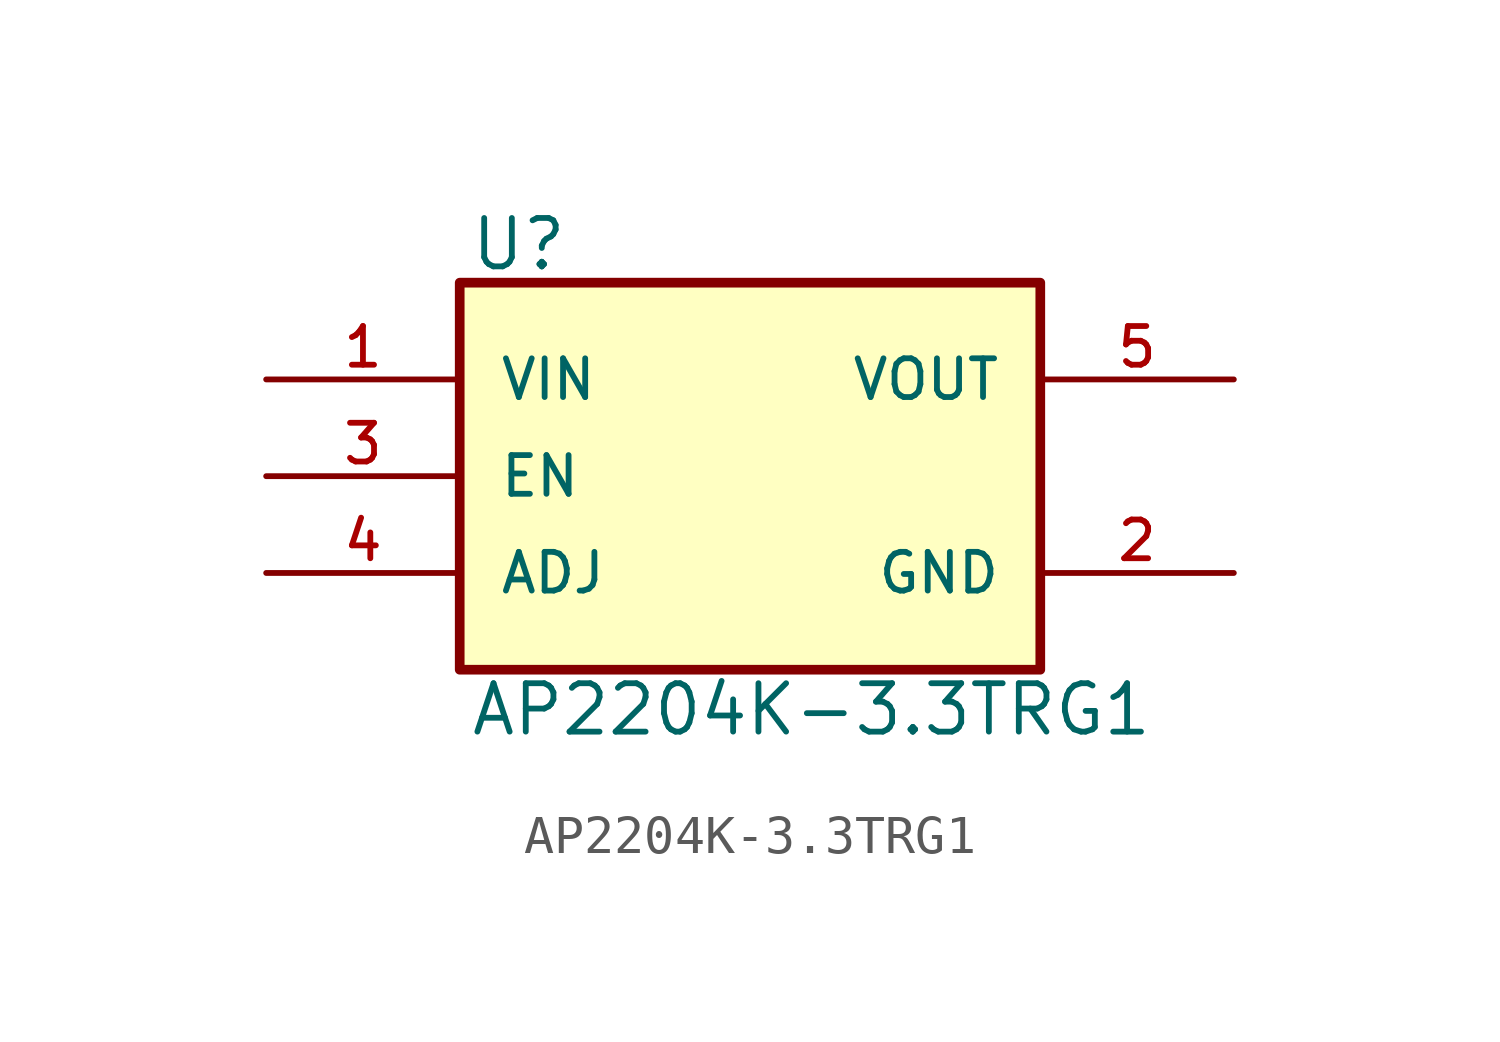
<source format=kicad_sym>
(kicad_symbol_lib
  (version 20211014)
  (generator kicad_symbol_editor)
  (symbol "AP2204K-3.3TRG1"
    (pin_names
      (offset 1.016))
    (property "Reference" "U"
      (at -7.38 5.344 0)
      (effects (font (size 1.27 1.27)) (justify bottom left)))
    (property "Value" "AP2204K-3.3TRG1"
      (at -7.377 -6.868 0)
      (effects (font (size 1.27 1.27)) (justify bottom left)))
    (symbol "AP2204K-3.3TRG1_0_0"
      (rectangle (start -7.62 -5.08) (end 7.62 5.08) (stroke (width 0.254)) (fill (type background)))
      (pin input line (at -12.7 2.54 0) (length 5.08) (name "VIN" (effects (font (size 1.016 1.016)))) (number "1" (effects (font (size 1.016 1.016)))))
      (pin power_in line (at 12.7 -2.54 180.0) (length 5.08) (name "GND" (effects (font (size 1.016 1.016)))) (number "2" (effects (font (size 1.016 1.016)))))
      (pin input line (at -12.7 0.0 0) (length 5.08) (name "EN" (effects (font (size 1.016 1.016)))) (number "3" (effects (font (size 1.016 1.016)))))
      (pin output line (at 12.7 2.54 180.0) (length 5.08) (name "VOUT" (effects (font (size 1.016 1.016)))) (number "5" (effects (font (size 1.016 1.016)))))
      (pin input line (at -12.7 -2.54 0) (length 5.08) (name "ADJ" (effects (font (size 1.016 1.016)))) (number "4" (effects (font (size 1.016 1.016))))))))
</source>
